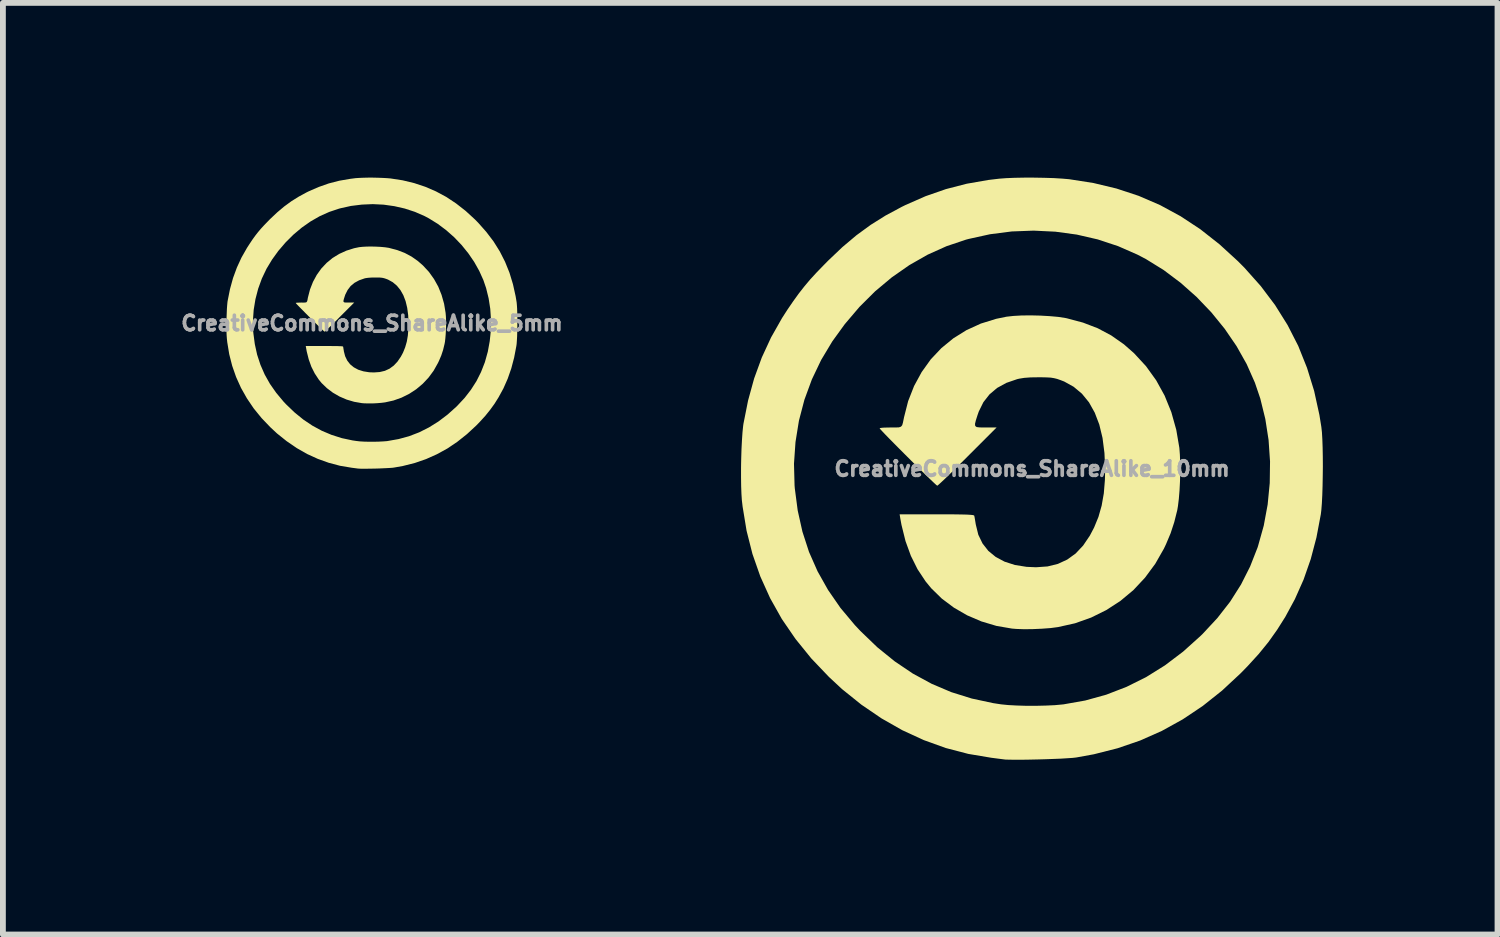
<source format=kicad_pcb>
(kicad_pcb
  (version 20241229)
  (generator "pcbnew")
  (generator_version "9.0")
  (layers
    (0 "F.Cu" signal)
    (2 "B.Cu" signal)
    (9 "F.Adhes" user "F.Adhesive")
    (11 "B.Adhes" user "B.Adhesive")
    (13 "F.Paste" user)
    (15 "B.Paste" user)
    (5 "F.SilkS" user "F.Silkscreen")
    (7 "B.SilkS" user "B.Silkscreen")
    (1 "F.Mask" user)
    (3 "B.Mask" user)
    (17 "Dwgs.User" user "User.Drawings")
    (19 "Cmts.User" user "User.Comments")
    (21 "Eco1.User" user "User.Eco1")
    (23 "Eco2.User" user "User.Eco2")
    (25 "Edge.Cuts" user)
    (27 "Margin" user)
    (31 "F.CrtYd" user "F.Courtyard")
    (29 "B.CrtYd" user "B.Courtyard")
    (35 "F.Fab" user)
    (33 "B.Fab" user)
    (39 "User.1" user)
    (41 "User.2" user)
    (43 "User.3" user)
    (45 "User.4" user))
  (footprint "CreativeCommons_ShareAlike_10mm"
    (layer "F.Cu")
    (at 14.671 4.999)
    (property "Reference" "CreativeCommons_ShareAlike_10mm" (at 0 0 0) (layer "F.Fab") (effects (font (size 0.25 0.25) (thickness 0.3))))
    (attr board_only exclude_from_pos_files exclude_from_bom)
    (fp_poly (pts (xy 0.14 -2.63) (xy 0.3 -2.621) (xy 0.447 -2.608) (xy 0.571 -2.589) (xy 0.596 -2.584) (xy 0.874 -2.51) (xy 1.127 -2.413) (xy 1.36 -2.289) (xy 1.577 -2.137) (xy 1.751 -1.984) (xy 1.956 -1.762) (xy 2.131 -1.519) (xy 2.276 -1.256) (xy 2.391 -0.973) (xy 2.476 -0.669) (xy 2.529 -0.359) (xy 2.538 -0.242) (xy 2.543 -0.101) (xy 2.544 0.054) (xy 2.54 0.214) (xy 2.532 0.371) (xy 2.52 0.516) (xy 2.505 0.64) (xy 2.493 0.711) (xy 2.441 0.918) (xy 2.379 1.107) (xy 2.3 1.295) (xy 2.263 1.373) (xy 2.115 1.632) (xy 1.94 1.869) (xy 1.741 2.082) (xy 1.518 2.268) (xy 1.275 2.426) (xy 1.014 2.555) (xy 0.738 2.653) (xy 0.447 2.718) (xy 0.447 2.718) (xy 0.319 2.735) (xy 0.171 2.746) (xy 0.015 2.753) (xy -0.136 2.755) (xy -0.272 2.75) (xy -0.345 2.744) (xy -0.612 2.698) (xy -0.87 2.621) (xy -1.115 2.516) (xy -1.343 2.384) (xy -1.55 2.229) (xy -1.732 2.051) (xy -1.828 1.934) (xy -1.967 1.724) (xy -2.081 1.495) (xy -2.173 1.242) (xy -2.242 0.964) (xy -2.263 0.85) (xy -2.274 0.782) (xy -1.637 0.782) (xy -1.459 0.782) (xy -1.315 0.783) (xy -1.202 0.785) (xy -1.116 0.787) (xy -1.055 0.791) (xy -1.016 0.795) (xy -0.997 0.801) (xy -0.993 0.805) (xy -0.987 0.833) (xy -0.978 0.886) (xy -0.967 0.953) (xy -0.965 0.962) (xy -0.923 1.133) (xy -0.851 1.282) (xy -0.751 1.41) (xy -0.624 1.514) (xy -0.472 1.595) (xy -0.295 1.652) (xy -0.094 1.684) (xy 0.068 1.691) (xy 0.266 1.677) (xy 0.444 1.633) (xy 0.604 1.559) (xy 0.748 1.455) (xy 0.877 1.318) (xy 0.992 1.148) (xy 1.065 1.009) (xy 1.14 0.826) (xy 1.195 0.632) (xy 1.232 0.422) (xy 1.251 0.188) (xy 1.255 0.015) (xy 1.243 -0.27) (xy 1.21 -0.529) (xy 1.154 -0.76) (xy 1.076 -0.964) (xy 0.977 -1.141) (xy 0.856 -1.289) (xy 0.714 -1.408) (xy 0.552 -1.498) (xy 0.49 -1.522) (xy 0.43 -1.543) (xy 0.377 -1.556) (xy 0.321 -1.565) (xy 0.252 -1.569) (xy 0.161 -1.571) (xy 0.109 -1.571) (xy -0.027 -1.569) (xy -0.134 -1.561) (xy -0.221 -1.547) (xy -0.255 -1.539) (xy -0.441 -1.475) (xy -0.6 -1.388) (xy -0.731 -1.277) (xy -0.836 -1.143) (xy -0.915 -0.983) (xy -0.938 -0.917) (xy -0.966 -0.829) (xy -0.98 -0.77) (xy -0.976 -0.735) (xy -0.951 -0.716) (xy -0.899 -0.71) (xy -0.818 -0.709) (xy -0.796 -0.709) (xy -0.609 -0.709) (xy -1.109 -0.209) (xy -1.22 -0.098) (xy -1.324 0.004) (xy -1.417 0.095) (xy -1.496 0.172) (xy -1.56 0.232) (xy -1.604 0.272) (xy -1.626 0.29) (xy -1.627 0.291) (xy -1.644 0.279) (xy -1.682 0.244) (xy -1.739 0.19) (xy -1.811 0.12) (xy -1.895 0.038) (xy -1.987 -0.052) (xy -2.084 -0.148) (xy -2.182 -0.246) (xy -2.278 -0.342) (xy -2.369 -0.434) (xy -2.451 -0.517) (xy -2.52 -0.588) (xy -2.573 -0.644) (xy -2.607 -0.681) (xy -2.618 -0.696) (xy -2.601 -0.701) (xy -2.556 -0.706) (xy -2.488 -0.708) (xy -2.428 -0.709) (xy -2.343 -0.709) (xy -2.286 -0.711) (xy -2.251 -0.723) (xy -2.23 -0.748) (xy -2.217 -0.793) (xy -2.203 -0.862) (xy -2.199 -0.882) (xy -2.128 -1.161) (xy -2.026 -1.421) (xy -1.896 -1.66) (xy -1.74 -1.878) (xy -1.558 -2.071) (xy -1.353 -2.239) (xy -1.127 -2.38) (xy -0.88 -2.493) (xy -0.615 -2.575) (xy -0.439 -2.611) (xy -0.323 -2.624) (xy -0.182 -2.632) (xy -0.024 -2.634)) (stroke (width 0) (type solid)) (fill yes) (layer "F.SilkS"))
    (fp_poly (pts (xy 0.034 -4.999) (xy 0.207 -4.996) (xy 0.372 -4.991) (xy 0.519 -4.982) (xy 0.636 -4.972) (xy 1.052 -4.907) (xy 1.449 -4.812) (xy 1.831 -4.686) (xy 2.197 -4.528) (xy 2.549 -4.337) (xy 2.889 -4.113) (xy 3.217 -3.855) (xy 3.536 -3.563) (xy 3.648 -3.45) (xy 3.927 -3.137) (xy 4.173 -2.81) (xy 4.387 -2.468) (xy 4.57 -2.11) (xy 4.721 -1.733) (xy 4.843 -1.338) (xy 4.934 -0.923) (xy 4.967 -0.718) (xy 4.977 -0.628) (xy 4.984 -0.509) (xy 4.989 -0.367) (xy 4.992 -0.208) (xy 4.993 -0.04) (xy 4.991 0.13) (xy 4.988 0.297) (xy 4.983 0.454) (xy 4.976 0.593) (xy 4.967 0.708) (xy 4.958 0.782) (xy 4.883 1.179) (xy 4.785 1.551) (xy 4.662 1.903) (xy 4.513 2.238) (xy 4.348 2.543) (xy 4.207 2.766) (xy 4.057 2.977) (xy 3.89 3.182) (xy 3.7 3.39) (xy 3.583 3.51) (xy 3.262 3.809) (xy 2.93 4.073) (xy 2.586 4.303) (xy 2.228 4.501) (xy 1.856 4.666) (xy 1.468 4.799) (xy 1.062 4.902) (xy 0.76 4.957) (xy 0.699 4.964) (xy 0.61 4.97) (xy 0.499 4.977) (xy 0.373 4.982) (xy 0.236 4.987) (xy 0.096 4.991) (xy -0.043 4.994) (xy -0.173 4.996) (xy -0.29 4.996) (xy -0.387 4.995) (xy -0.458 4.993) (xy -0.491 4.989) (xy -0.529 4.984) (xy -0.592 4.976) (xy -0.669 4.966) (xy -0.7 4.962) (xy -1.094 4.896) (xy -1.481 4.795) (xy -1.859 4.659) (xy -2.228 4.489) (xy -2.585 4.286) (xy -2.93 4.051) (xy -3.262 3.784) (xy -3.488 3.574) (xy -3.792 3.255) (xy -4.061 2.923) (xy -4.297 2.579) (xy -4.498 2.221) (xy -4.666 1.849) (xy -4.801 1.463) (xy -4.902 1.064) (xy -4.97 0.65) (xy -4.983 0.54) (xy -4.99 0.433) (xy -4.995 0.301) (xy -4.997 0.149) (xy -4.997 -0.013) (xy -4.996 -0.087) (xy -4.088 -0.087) (xy -4.078 0.288) (xy -4.074 0.336) (xy -4.024 0.717) (xy -3.943 1.08) (xy -3.83 1.428) (xy -3.683 1.761) (xy -3.503 2.081) (xy -3.29 2.389) (xy -3.042 2.685) (xy -2.947 2.786) (xy -2.658 3.064) (xy -2.358 3.307) (xy -2.048 3.516) (xy -1.724 3.692) (xy -1.388 3.835) (xy -1.036 3.945) (xy -0.668 4.024) (xy -0.531 4.045) (xy -0.411 4.057) (xy -0.263 4.065) (xy -0.1 4.07) (xy 0.07 4.07) (xy 0.237 4.066) (xy 0.39 4.059) (xy 0.52 4.047) (xy 0.54 4.045) (xy 0.913 3.979) (xy 1.274 3.879) (xy 1.621 3.745) (xy 1.957 3.578) (xy 2.281 3.376) (xy 2.593 3.14) (xy 2.894 2.869) (xy 2.928 2.836) (xy 3.181 2.564) (xy 3.401 2.282) (xy 3.588 1.987) (xy 3.744 1.678) (xy 3.872 1.352) (xy 3.88 1.327) (xy 3.978 0.977) (xy 4.045 0.615) (xy 4.081 0.246) (xy 4.086 -0.125) (xy 4.061 -0.494) (xy 4.005 -0.855) (xy 3.919 -1.205) (xy 3.826 -1.479) (xy 3.685 -1.797) (xy 3.511 -2.106) (xy 3.307 -2.404) (xy 3.077 -2.687) (xy 2.823 -2.952) (xy 2.55 -3.194) (xy 2.26 -3.412) (xy 1.956 -3.6) (xy 1.809 -3.677) (xy 1.476 -3.823) (xy 1.128 -3.938) (xy 0.768 -4.021) (xy 0.4 -4.071) (xy 0.027 -4.089) (xy -0.348 -4.075) (xy -0.722 -4.027) (xy -1.09 -3.946) (xy -1.135 -3.934) (xy -1.468 -3.822) (xy -1.793 -3.676) (xy -2.107 -3.497) (xy -2.408 -3.287) (xy -2.695 -3.047) (xy -2.964 -2.779) (xy -3.215 -2.484) (xy -3.429 -2.189) (xy -3.621 -1.869) (xy -3.781 -1.534) (xy -3.909 -1.185) (xy -4.003 -0.826) (xy -4.062 -0.459) (xy -4.088 -0.087) (xy -4.996 -0.087) (xy -4.994 -0.179) (xy -4.989 -0.342) (xy -4.981 -0.494) (xy -4.972 -0.627) (xy -4.961 -0.735) (xy -4.956 -0.771) (xy -4.876 -1.173) (xy -4.772 -1.551) (xy -4.641 -1.91) (xy -4.482 -2.254) (xy -4.293 -2.588) (xy -4.201 -2.731) (xy -4.099 -2.88) (xy -4.005 -3.01) (xy -3.911 -3.13) (xy -3.812 -3.248) (xy -3.7 -3.37) (xy -3.57 -3.504) (xy -3.501 -3.574) (xy -3.257 -3.806) (xy -3.016 -4.009) (xy -2.771 -4.188) (xy -2.514 -4.349) (xy -2.238 -4.497) (xy -2.173 -4.529) (xy -1.827 -4.681) (xy -1.479 -4.802) (xy -1.123 -4.894) (xy -0.75 -4.959) (xy -0.564 -4.981) (xy -0.446 -4.99) (xy -0.301 -4.996) (xy -0.138 -4.999)) (stroke (width 0) (type solid)) (fill yes) (layer "F.SilkS")))
  (footprint "CreativeCommons_ShareAlike_5mm"
    (layer "F.Cu")
    (at 3.337 2.5)
    (property "Reference" "CreativeCommons_ShareAlike_5mm" (at 0 0 0) (layer "F.Fab") (effects (font (size 0.25 0.25) (thickness 0.3))))
    (attr board_only exclude_from_pos_files exclude_from_bom)
    (fp_poly (pts (xy 0.07 -1.315) (xy 0.15 -1.311) (xy 0.224 -1.304) (xy 0.285 -1.295) (xy 0.298 -1.292) (xy 0.437 -1.255) (xy 0.564 -1.206) (xy 0.68 -1.144) (xy 0.788 -1.068) (xy 0.875 -0.992) (xy 0.978 -0.881) (xy 1.065 -0.759) (xy 1.138 -0.628) (xy 1.195 -0.486) (xy 1.238 -0.335) (xy 1.264 -0.179) (xy 1.269 -0.121) (xy 1.272 -0.051) (xy 1.272 0.027) (xy 1.27 0.107) (xy 1.266 0.186) (xy 1.26 0.258) (xy 1.253 0.32) (xy 1.246 0.356) (xy 1.221 0.459) (xy 1.19 0.553) (xy 1.15 0.647) (xy 1.131 0.686) (xy 1.058 0.816) (xy 0.97 0.935) (xy 0.87 1.041) (xy 0.759 1.134) (xy 0.638 1.213) (xy 0.507 1.278) (xy 0.369 1.327) (xy 0.224 1.359) (xy 0.223 1.359) (xy 0.159 1.367) (xy 0.086 1.373) (xy 0.008 1.377) (xy -0.068 1.377) (xy -0.136 1.375) (xy -0.173 1.372) (xy -0.306 1.349) (xy -0.435 1.311) (xy -0.558 1.258) (xy -0.672 1.192) (xy -0.775 1.114) (xy -0.866 1.026) (xy -0.914 0.967) (xy -0.983 0.862) (xy -1.041 0.747) (xy -1.086 0.621) (xy -1.121 0.482) (xy -1.131 0.425) (xy -1.137 0.391) (xy -0.818 0.391) (xy -0.73 0.391) (xy -0.658 0.392) (xy -0.601 0.392) (xy -0.558 0.394) (xy -0.528 0.395) (xy -0.508 0.397) (xy -0.498 0.4) (xy -0.496 0.402) (xy -0.493 0.416) (xy -0.489 0.443) (xy -0.483 0.477) (xy -0.483 0.481) (xy -0.461 0.566) (xy -0.425 0.641) (xy -0.375 0.705) (xy -0.312 0.757) (xy -0.236 0.798) (xy -0.147 0.826) (xy -0.047 0.842) (xy 0.034 0.845) (xy 0.133 0.838) (xy 0.222 0.817) (xy 0.302 0.78) (xy 0.374 0.727) (xy 0.438 0.659) (xy 0.496 0.574) (xy 0.533 0.505) (xy 0.57 0.413) (xy 0.598 0.316) (xy 0.616 0.211) (xy 0.625 0.094) (xy 0.627 0.007) (xy 0.622 -0.135) (xy 0.605 -0.264) (xy 0.577 -0.38) (xy 0.538 -0.482) (xy 0.488 -0.57) (xy 0.428 -0.644) (xy 0.357 -0.704) (xy 0.276 -0.749) (xy 0.245 -0.761) (xy 0.215 -0.771) (xy 0.188 -0.778) (xy 0.16 -0.782) (xy 0.126 -0.785) (xy 0.081 -0.785) (xy 0.055 -0.785) (xy -0.013 -0.784) (xy -0.067 -0.78) (xy -0.11 -0.774) (xy -0.127 -0.77) (xy -0.221 -0.737) (xy -0.3 -0.694) (xy -0.366 -0.639) (xy -0.418 -0.571) (xy -0.458 -0.492) (xy -0.469 -0.459) (xy -0.483 -0.415) (xy -0.49 -0.385) (xy -0.488 -0.367) (xy -0.475 -0.358) (xy -0.45 -0.355) (xy -0.409 -0.355) (xy -0.398 -0.355) (xy -0.305 -0.355) (xy -0.555 -0.105) (xy -0.61 -0.049) (xy -0.662 0.002) (xy -0.708 0.047) (xy -0.748 0.086) (xy -0.78 0.116) (xy -0.802 0.136) (xy -0.813 0.145) (xy -0.814 0.145) (xy -0.822 0.139) (xy -0.841 0.122) (xy -0.87 0.095) (xy -0.906 0.06) (xy -0.948 0.019) (xy -0.994 -0.026) (xy -1.042 -0.074) (xy -1.091 -0.123) (xy -1.139 -0.171) (xy -1.184 -0.217) (xy -1.225 -0.258) (xy -1.26 -0.294) (xy -1.287 -0.322) (xy -1.303 -0.34) (xy -1.309 -0.348) (xy -1.301 -0.351) (xy -1.278 -0.353) (xy -1.244 -0.354) (xy -1.214 -0.355) (xy -1.171 -0.354) (xy -1.143 -0.356) (xy -1.125 -0.361) (xy -1.115 -0.374) (xy -1.108 -0.396) (xy -1.102 -0.431) (xy -1.1 -0.441) (xy -1.064 -0.58) (xy -1.013 -0.71) (xy -0.948 -0.83) (xy -0.87 -0.939) (xy -0.779 -1.036) (xy -0.677 -1.12) (xy -0.563 -1.19) (xy -0.44 -1.246) (xy -0.307 -1.288) (xy -0.22 -1.306) (xy -0.162 -1.312) (xy -0.091 -1.316) (xy -0.012 -1.317)) (stroke (width 0) (type solid)) (fill yes) (layer "F.SilkS"))
    (fp_poly (pts (xy 0.017 -2.5) (xy 0.104 -2.498) (xy 0.186 -2.495) (xy 0.259 -2.491) (xy 0.318 -2.486) (xy 0.526 -2.454) (xy 0.725 -2.406) (xy 0.915 -2.343) (xy 1.098 -2.264) (xy 1.275 -2.169) (xy 1.444 -2.057) (xy 1.609 -1.928) (xy 1.768 -1.782) (xy 1.824 -1.725) (xy 1.963 -1.568) (xy 2.087 -1.405) (xy 2.194 -1.234) (xy 2.285 -1.055) (xy 2.361 -0.867) (xy 2.421 -0.669) (xy 2.467 -0.461) (xy 2.484 -0.359) (xy 2.488 -0.314) (xy 2.492 -0.255) (xy 2.494 -0.183) (xy 2.496 -0.104) (xy 2.496 -0.02) (xy 2.496 0.065) (xy 2.494 0.149) (xy 2.492 0.227) (xy 2.488 0.296) (xy 2.484 0.354) (xy 2.479 0.391) (xy 2.441 0.59) (xy 2.392 0.776) (xy 2.331 0.951) (xy 2.257 1.119) (xy 2.174 1.271) (xy 2.104 1.383) (xy 2.028 1.488) (xy 1.945 1.591) (xy 1.85 1.695) (xy 1.792 1.755) (xy 1.631 1.904) (xy 1.465 2.036) (xy 1.293 2.152) (xy 1.114 2.25) (xy 0.928 2.333) (xy 0.734 2.4) (xy 0.531 2.451) (xy 0.38 2.478) (xy 0.349 2.482) (xy 0.305 2.485) (xy 0.25 2.488) (xy 0.186 2.491) (xy 0.118 2.494) (xy 0.048 2.496) (xy -0.021 2.497) (xy -0.087 2.498) (xy -0.145 2.498) (xy -0.193 2.498) (xy -0.229 2.496) (xy -0.245 2.495) (xy -0.265 2.492) (xy -0.296 2.488) (xy -0.335 2.483) (xy -0.35 2.481) (xy -0.547 2.448) (xy -0.74 2.397) (xy -0.93 2.329) (xy -1.114 2.245) (xy -1.293 2.143) (xy -1.465 2.025) (xy -1.631 1.892) (xy -1.744 1.787) (xy -1.896 1.628) (xy -2.031 1.462) (xy -2.148 1.289) (xy -2.249 1.11) (xy -2.333 0.924) (xy -2.4 0.732) (xy -2.451 0.532) (xy -2.485 0.325) (xy -2.491 0.27) (xy -2.495 0.217) (xy -2.498 0.15) (xy -2.499 0.075) (xy -2.498 -0.007) (xy -2.498 -0.043) (xy -2.044 -0.043) (xy -2.039 0.144) (xy -2.037 0.168) (xy -2.012 0.358) (xy -1.972 0.54) (xy -1.915 0.714) (xy -1.842 0.881) (xy -1.752 1.041) (xy -1.645 1.194) (xy -1.521 1.343) (xy -1.474 1.393) (xy -1.329 1.532) (xy -1.179 1.654) (xy -1.024 1.758) (xy -0.862 1.846) (xy -0.694 1.917) (xy -0.518 1.973) (xy -0.334 2.012) (xy -0.266 2.022) (xy -0.205 2.029) (xy -0.132 2.033) (xy -0.05 2.035) (xy 0.035 2.035) (xy 0.118 2.033) (xy 0.195 2.029) (xy 0.26 2.024) (xy 0.27 2.022) (xy 0.457 1.989) (xy 0.637 1.94) (xy 0.811 1.873) (xy 0.978 1.789) (xy 1.14 1.688) (xy 1.296 1.57) (xy 1.447 1.435) (xy 1.464 1.418) (xy 1.591 1.282) (xy 1.7 1.141) (xy 1.794 0.994) (xy 1.872 0.839) (xy 1.936 0.676) (xy 1.94 0.664) (xy 1.989 0.488) (xy 2.022 0.307) (xy 2.041 0.123) (xy 2.043 -0.063) (xy 2.031 -0.247) (xy 2.003 -0.427) (xy 1.96 -0.602) (xy 1.913 -0.74) (xy 1.842 -0.898) (xy 1.755 -1.053) (xy 1.653 -1.202) (xy 1.538 -1.344) (xy 1.412 -1.476) (xy 1.275 -1.597) (xy 1.13 -1.706) (xy 0.978 -1.8) (xy 0.905 -1.839) (xy 0.738 -1.912) (xy 0.564 -1.969) (xy 0.384 -2.01) (xy 0.2 -2.036) (xy 0.013 -2.045) (xy -0.174 -2.037) (xy -0.361 -2.014) (xy -0.545 -1.973) (xy -0.567 -1.967) (xy -0.734 -1.911) (xy -0.897 -1.838) (xy -1.054 -1.748) (xy -1.204 -1.643) (xy -1.347 -1.523) (xy -1.482 -1.389) (xy -1.608 -1.242) (xy -1.715 -1.094) (xy -1.811 -0.935) (xy -1.891 -0.767) (xy -1.954 -0.593) (xy -2.001 -0.413) (xy -2.031 -0.23) (xy -2.044 -0.043) (xy -2.498 -0.043) (xy -2.497 -0.09) (xy -2.494 -0.171) (xy -2.491 -0.247) (xy -2.486 -0.314) (xy -2.481 -0.367) (xy -2.478 -0.385) (xy -2.438 -0.586) (xy -2.386 -0.775) (xy -2.32 -0.955) (xy -2.241 -1.127) (xy -2.146 -1.294) (xy -2.1 -1.365) (xy -2.05 -1.44) (xy -2.003 -1.505) (xy -1.956 -1.565) (xy -1.906 -1.624) (xy -1.85 -1.685) (xy -1.785 -1.752) (xy -1.751 -1.787) (xy -1.628 -1.903) (xy -1.508 -2.004) (xy -1.385 -2.094) (xy -1.257 -2.174) (xy -1.119 -2.249) (xy -1.086 -2.265) (xy -0.913 -2.34) (xy -0.74 -2.401) (xy -0.561 -2.447) (xy -0.375 -2.479) (xy -0.282 -2.491) (xy -0.223 -2.495) (xy -0.151 -2.498) (xy -0.069 -2.5)) (stroke (width 0) (type solid)) (fill yes) (layer "F.SilkS")))
  (gr_rect
    (start -3 -3)
    (end 22.663 12.996)
    (stroke (width 0.1) (type default))
    (fill no)
    (layer "Edge.Cuts")))
</source>
